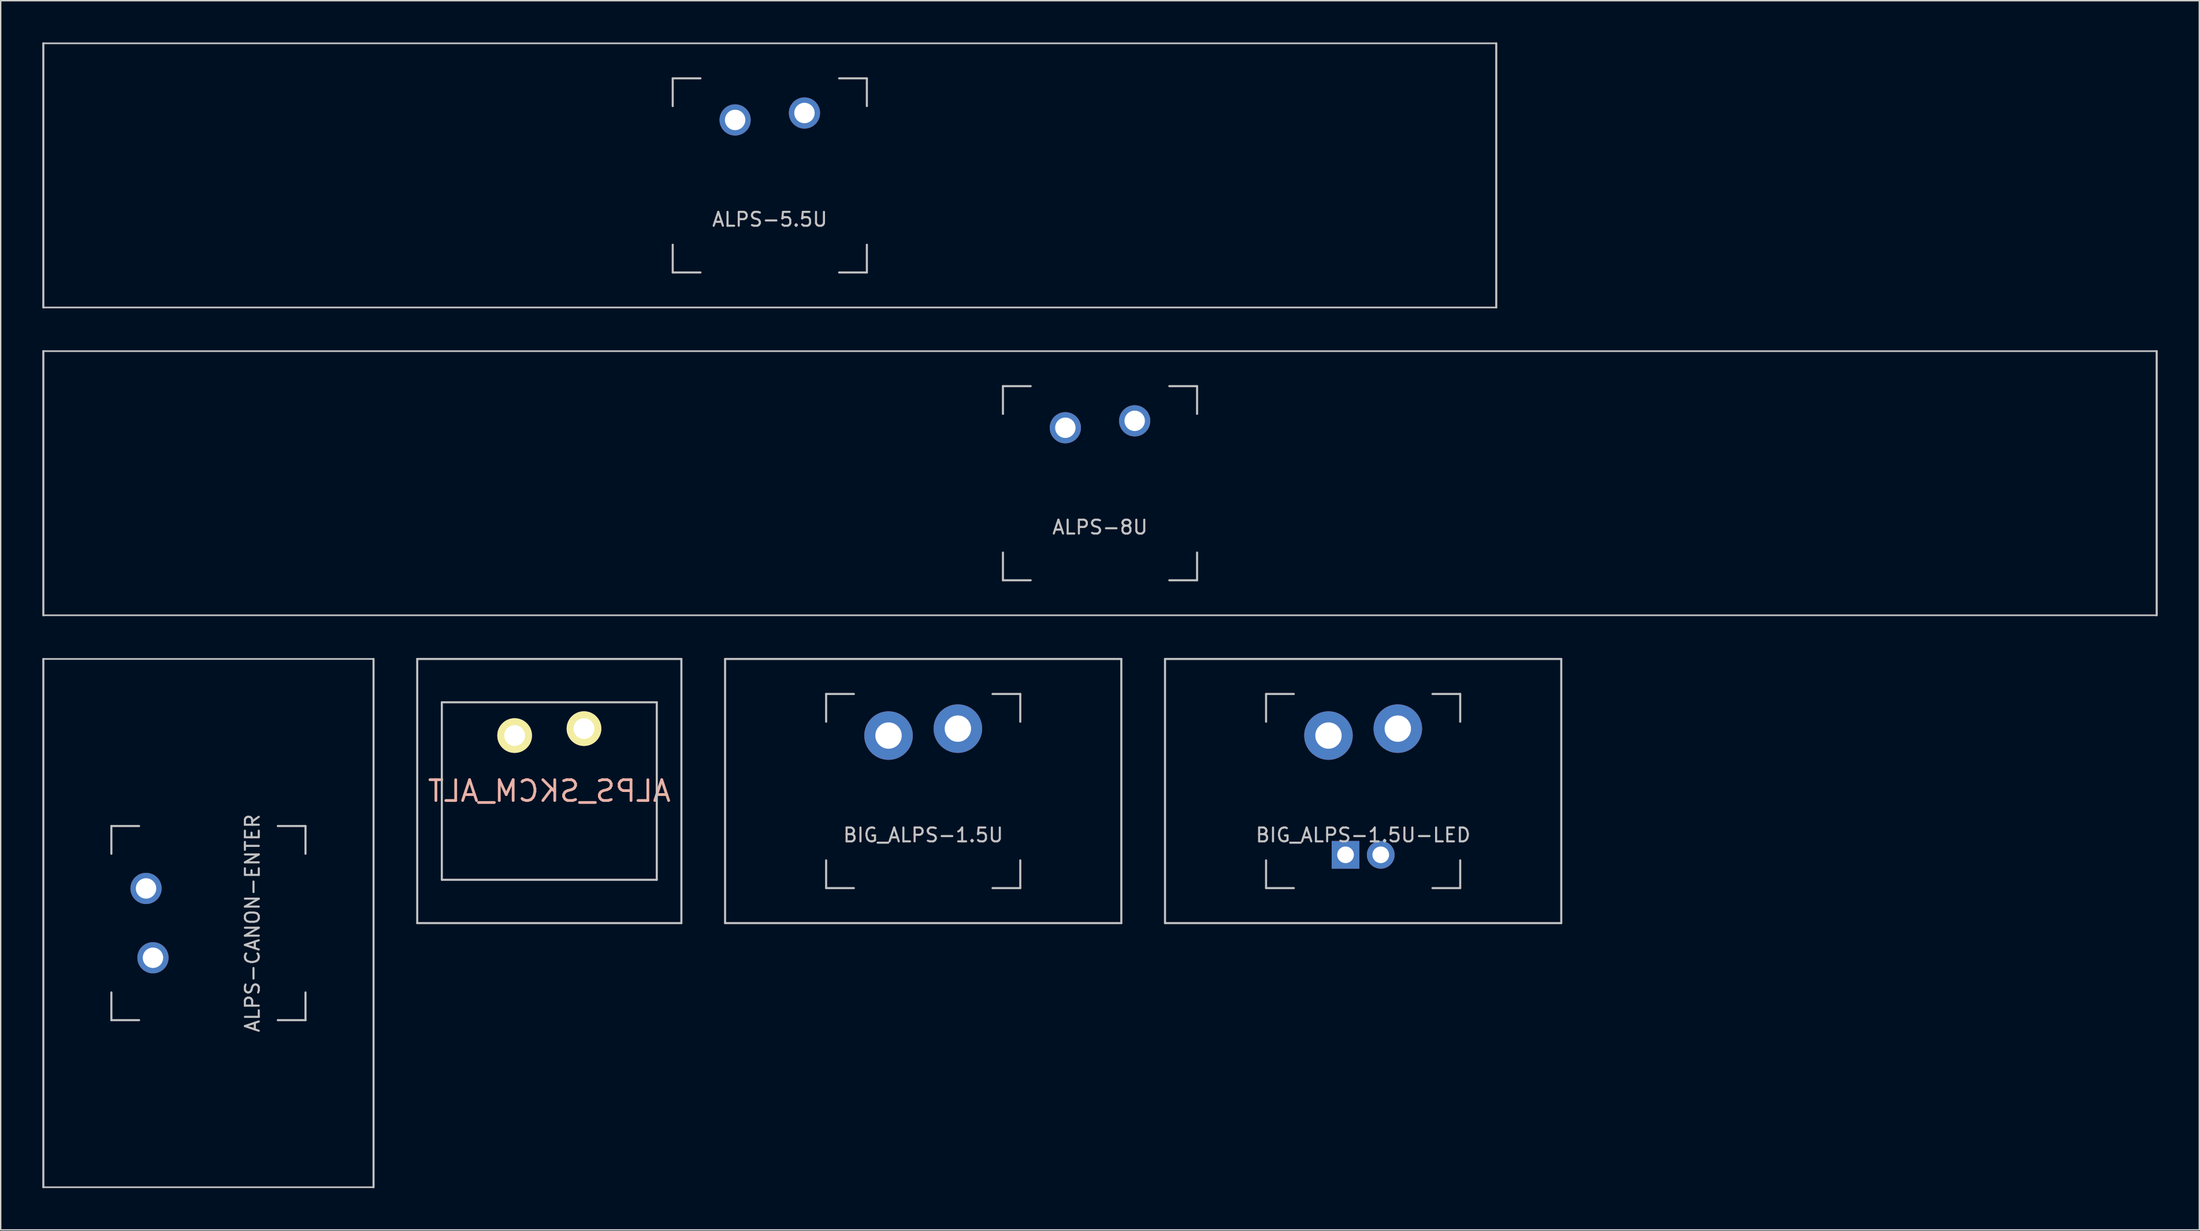
<source format=kicad_pcb>
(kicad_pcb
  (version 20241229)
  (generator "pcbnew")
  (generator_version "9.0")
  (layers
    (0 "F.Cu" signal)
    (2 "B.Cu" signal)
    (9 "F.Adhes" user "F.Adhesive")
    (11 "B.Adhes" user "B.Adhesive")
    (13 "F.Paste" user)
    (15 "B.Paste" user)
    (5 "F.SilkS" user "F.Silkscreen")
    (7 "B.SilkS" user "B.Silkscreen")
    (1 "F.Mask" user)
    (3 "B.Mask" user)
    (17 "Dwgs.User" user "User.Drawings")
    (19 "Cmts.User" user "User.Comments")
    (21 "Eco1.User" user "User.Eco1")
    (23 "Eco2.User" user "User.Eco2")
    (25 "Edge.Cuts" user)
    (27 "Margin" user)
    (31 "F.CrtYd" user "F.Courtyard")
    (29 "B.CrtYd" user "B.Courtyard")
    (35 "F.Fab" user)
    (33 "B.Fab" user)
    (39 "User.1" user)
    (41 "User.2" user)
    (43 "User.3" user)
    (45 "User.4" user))
  (footprint "BIG_ALPS-1.5U-LED"
    (layer "F.Cu")
    (at 95.25 54)
    (property "Reference" "BIG_ALPS-1.5U-LED" (at 0 3.175 0) (layer "Dwgs.User") (effects (font (size 1 1) (thickness 0.15))))
    (attr through_hole)
    (fp_line (start -14.287 -9.525) (end 14.287 -9.525) (stroke (width 0.15) (type solid)) (layer "Dwgs.User"))
    (fp_line (start -14.287 9.525) (end -14.287 -9.525) (stroke (width 0.15) (type solid)) (layer "Dwgs.User"))
    (fp_line (start -14.287 9.525) (end 14.287 9.525) (stroke (width 0.15) (type solid)) (layer "Dwgs.User"))
    (fp_line (start -7 -7) (end -7 -5) (stroke (width 0.15) (type solid)) (layer "Dwgs.User"))
    (fp_line (start -7 5) (end -7 7) (stroke (width 0.15) (type solid)) (layer "Dwgs.User"))
    (fp_line (start -7 7) (end -5 7) (stroke (width 0.15) (type solid)) (layer "Dwgs.User"))
    (fp_line (start -5 -7) (end -7 -7) (stroke (width 0.15) (type solid)) (layer "Dwgs.User"))
    (fp_line (start 5 -7) (end 7 -7) (stroke (width 0.15) (type solid)) (layer "Dwgs.User"))
    (fp_line (start 5 7) (end 7 7) (stroke (width 0.15) (type solid)) (layer "Dwgs.User"))
    (fp_line (start 7 -7) (end 7 -5) (stroke (width 0.15) (type solid)) (layer "Dwgs.User"))
    (fp_line (start 7 7) (end 7 5) (stroke (width 0.15) (type solid)) (layer "Dwgs.User"))
    (fp_line (start 14.287 -9.525) (end 14.287 9.525) (stroke (width 0.15) (type solid)) (layer "Dwgs.User"))
    (pad "1" thru_hole circle (at -2.5 -4) (size 3.5 3.5) (drill 1.9) (layers "*.Cu" "B.Mask"))
    (pad "2" thru_hole circle (at 2.5 -4.5) (size 3.5 3.5) (drill 1.9) (layers "*.Cu" "B.Mask"))
    (pad "3" thru_hole circle (at 1.27 4.6) (size 2 2) (drill 1.2) (layers "*.Cu" "B.Mask"))
    (pad "4" thru_hole rect (at -1.27 4.6) (size 2 2) (drill 1.2) (layers "*.Cu" "B.Mask")))
  (footprint "ALPS_SKCM_ALT"
    (layer "F.Cu")
    (at 36.562 54)
    (property "Reference" "ALPS_SKCM_ALT" (at 0 0 0) (layer "B.SilkS") (effects (font (size 1.5 1.5) (thickness 0.2)) (justify mirror)))
    (attr through_hole)
    (fp_line (start -9.525 -9.525) (end 9.525 -9.525) (stroke (width 0.15) (type solid)) (layer "Dwgs.User"))
    (fp_line (start -9.525 9.525) (end -9.525 -9.525) (stroke (width 0.15) (type solid)) (layer "Dwgs.User"))
    (fp_line (start -9.525 9.525) (end 9.525 9.525) (stroke (width 0.15) (type solid)) (layer "Dwgs.User"))
    (fp_line (start -7.75 -6.4) (end -7.75 6.4) (stroke (width 0.15) (type solid)) (layer "Dwgs.User"))
    (fp_line (start -7.75 -6.4) (end 7.75 -6.4) (stroke (width 0.15) (type solid)) (layer "Dwgs.User"))
    (fp_line (start -7.75 6.4) (end 7.75 6.4) (stroke (width 0.15) (type solid)) (layer "Dwgs.User"))
    (fp_line (start 7.75 -6.4) (end 7.75 6.4) (stroke (width 0.15) (type solid)) (layer "Dwgs.User"))
    (fp_line (start 9.525 9.525) (end 9.525 -9.525) (stroke (width 0.15) (type solid)) (layer "Dwgs.User"))
    (pad "1" thru_hole circle (at -2.5 -4) (size 2.5 2.5) (drill 1.5) (layers "*.Cu" "*.Mask" "F.SilkS"))
    (pad "2" thru_hole circle (at 2.5 -4.5) (size 2.5 2.5) (drill 1.5) (layers "*.Cu" "*.Mask" "F.SilkS")))
  (footprint "ALPS-CANON-ENTER"
    (layer "F.Cu")
    (at 11.981 63.525)
    (property "Reference" "ALPS-CANON-ENTER" (at 3.175 0 90) (layer "Dwgs.User") (effects (font (size 1 1) (thickness 0.15))))
    (fp_line (start -11.906 19.05) (end -11.906 -19.05) (stroke (width 0.15) (type solid)) (layer "Dwgs.User"))
    (fp_line (start -7 -7) (end -5 -7) (stroke (width 0.15) (type solid)) (layer "Dwgs.User"))
    (fp_line (start -7 -5) (end -7 -7) (stroke (width 0.15) (type solid)) (layer "Dwgs.User"))
    (fp_line (start -7 5) (end -7 7) (stroke (width 0.15) (type solid)) (layer "Dwgs.User"))
    (fp_line (start -7 7) (end -5 7) (stroke (width 0.15) (type solid)) (layer "Dwgs.User"))
    (fp_line (start 5 7) (end 7 7) (stroke (width 0.15) (type solid)) (layer "Dwgs.User"))
    (fp_line (start 7 -7) (end 5 -7) (stroke (width 0.15) (type solid)) (layer "Dwgs.User"))
    (fp_line (start 7 -5) (end 7 -7) (stroke (width 0.15) (type solid)) (layer "Dwgs.User"))
    (fp_line (start 7 7) (end 7 5) (stroke (width 0.15) (type solid)) (layer "Dwgs.User"))
    (fp_line (start 11.906 -19.05) (end -11.906 -19.05) (stroke (width 0.12) (type solid)) (layer "Dwgs.User"))
    (fp_line (start 11.906 19.05) (end -11.906 19.05) (stroke (width 0.12) (type solid)) (layer "Dwgs.User"))
    (fp_line (start 11.906 19.05) (end 11.906 -19.05) (stroke (width 0.15) (type solid)) (layer "Dwgs.User"))
    (pad "1" thru_hole circle (at -4 2.5 90) (size 2.25 2.25) (drill 1.47) (layers "*.Cu" "*.Mask"))
    (pad "2" thru_hole circle (at -4.5 -2.5 90) (size 2.25 2.25) (drill 1.47) (layers "*.Cu" "*.Mask")))
  (footprint "ALPS-5.5U"
    (layer "F.Cu")
    (at 52.462 9.6)
    (property "Reference" "ALPS-5.5U" (at 0 3.175 0) (layer "Dwgs.User") (effects (font (size 1 1) (thickness 0.15))))
    (fp_line (start -52.388 9.525) (end -52.388 -9.525) (stroke (width 0.15) (type solid)) (layer "Dwgs.User"))
    (fp_line (start -52.388 9.525) (end 52.388 9.525) (stroke (width 0.12) (type solid)) (layer "Dwgs.User"))
    (fp_line (start -7 -7) (end -7 -5) (stroke (width 0.15) (type solid)) (layer "Dwgs.User"))
    (fp_line (start -7 5) (end -7 7) (stroke (width 0.15) (type solid)) (layer "Dwgs.User"))
    (fp_line (start -7 7) (end -5 7) (stroke (width 0.15) (type solid)) (layer "Dwgs.User"))
    (fp_line (start -5 -7) (end -7 -7) (stroke (width 0.15) (type solid)) (layer "Dwgs.User"))
    (fp_line (start 5 -7) (end 7 -7) (stroke (width 0.15) (type solid)) (layer "Dwgs.User"))
    (fp_line (start 5 7) (end 7 7) (stroke (width 0.15) (type solid)) (layer "Dwgs.User"))
    (fp_line (start 7 -7) (end 7 -5) (stroke (width 0.15) (type solid)) (layer "Dwgs.User"))
    (fp_line (start 7 7) (end 7 5) (stroke (width 0.15) (type solid)) (layer "Dwgs.User"))
    (fp_line (start 52.388 -9.525) (end -52.388 -9.525) (stroke (width 0.12) (type solid)) (layer "Dwgs.User"))
    (fp_line (start 52.388 -9.525) (end 52.388 9.525) (stroke (width 0.15) (type solid)) (layer "Dwgs.User"))
    (pad "1" thru_hole circle (at -2.5 -4) (size 2.25 2.25) (drill 1.47) (layers "*.Cu" "*.Mask"))
    (pad "2" thru_hole oval (at 2.5 -4.5 86.055) (size 2.25 2.25) (drill 1.47) (layers "*.Cu" "*.Mask")))
  (footprint "BIG_ALPS-1.5U"
    (layer "F.Cu")
    (at 63.525 54)
    (property "Reference" "BIG_ALPS-1.5U" (at 0 3.175 0) (layer "Dwgs.User") (effects (font (size 1 1) (thickness 0.15))))
    (attr through_hole)
    (fp_line (start -14.287 -9.525) (end 14.287 -9.525) (stroke (width 0.15) (type solid)) (layer "Dwgs.User"))
    (fp_line (start -14.287 9.525) (end -14.287 -9.525) (stroke (width 0.15) (type solid)) (layer "Dwgs.User"))
    (fp_line (start -14.287 9.525) (end 14.287 9.525) (stroke (width 0.15) (type solid)) (layer "Dwgs.User"))
    (fp_line (start -7 -7) (end -7 -5) (stroke (width 0.15) (type solid)) (layer "Dwgs.User"))
    (fp_line (start -7 5) (end -7 7) (stroke (width 0.15) (type solid)) (layer "Dwgs.User"))
    (fp_line (start -7 7) (end -5 7) (stroke (width 0.15) (type solid)) (layer "Dwgs.User"))
    (fp_line (start -5 -7) (end -7 -7) (stroke (width 0.15) (type solid)) (layer "Dwgs.User"))
    (fp_line (start 5 -7) (end 7 -7) (stroke (width 0.15) (type solid)) (layer "Dwgs.User"))
    (fp_line (start 5 7) (end 7 7) (stroke (width 0.15) (type solid)) (layer "Dwgs.User"))
    (fp_line (start 7 -7) (end 7 -5) (stroke (width 0.15) (type solid)) (layer "Dwgs.User"))
    (fp_line (start 7 7) (end 7 5) (stroke (width 0.15) (type solid)) (layer "Dwgs.User"))
    (fp_line (start 14.287 -9.525) (end 14.287 9.525) (stroke (width 0.15) (type solid)) (layer "Dwgs.User"))
    (pad "1" thru_hole circle (at -2.5 -4) (size 3.5 3.5) (drill 1.9) (layers "*.Cu" "B.Mask"))
    (pad "2" thru_hole circle (at 2.5 -4.5) (size 3.5 3.5) (drill 1.9) (layers "*.Cu" "B.Mask")))
  (footprint "ALPS-8U"
    (layer "F.Cu")
    (at 76.275 31.8)
    (property "Reference" "ALPS-8U" (at 0 3.175 0) (layer "Dwgs.User") (effects (font (size 1 1) (thickness 0.15))))
    (fp_line (start -76.2 -9.525) (end 76.2 -9.525) (stroke (width 0.12) (type solid)) (layer "Dwgs.User"))
    (fp_line (start -76.2 9.525) (end -76.2 -9.525) (stroke (width 0.15) (type solid)) (layer "Dwgs.User"))
    (fp_line (start -7 -7) (end -7 -5) (stroke (width 0.15) (type solid)) (layer "Dwgs.User"))
    (fp_line (start -7 5) (end -7 7) (stroke (width 0.15) (type solid)) (layer "Dwgs.User"))
    (fp_line (start -7 7) (end -5 7) (stroke (width 0.15) (type solid)) (layer "Dwgs.User"))
    (fp_line (start -5 -7) (end -7 -7) (stroke (width 0.15) (type solid)) (layer "Dwgs.User"))
    (fp_line (start 5 -7) (end 7 -7) (stroke (width 0.15) (type solid)) (layer "Dwgs.User"))
    (fp_line (start 5 7) (end 7 7) (stroke (width 0.15) (type solid)) (layer "Dwgs.User"))
    (fp_line (start 7 -7) (end 7 -5) (stroke (width 0.15) (type solid)) (layer "Dwgs.User"))
    (fp_line (start 7 7) (end 7 5) (stroke (width 0.15) (type solid)) (layer "Dwgs.User"))
    (fp_line (start 76.2 -9.525) (end 76.2 9.525) (stroke (width 0.15) (type solid)) (layer "Dwgs.User"))
    (fp_line (start 76.2 9.525) (end -76.2 9.525) (stroke (width 0.12) (type solid)) (layer "Dwgs.User"))
    (pad "1" thru_hole circle (at -2.5 -4) (size 2.25 2.25) (drill 1.47) (layers "*.Cu" "*.Mask"))
    (pad "2" thru_hole oval (at 2.5 -4.5 86.055) (size 2.25 2.25) (drill 1.47) (layers "*.Cu" "*.Mask")))
  (gr_rect
    (start -3 -3)
    (end 155.55 85.65)
    (stroke (width 0.1) (type default))
    (fill no)
    (layer "Edge.Cuts")))
</source>
